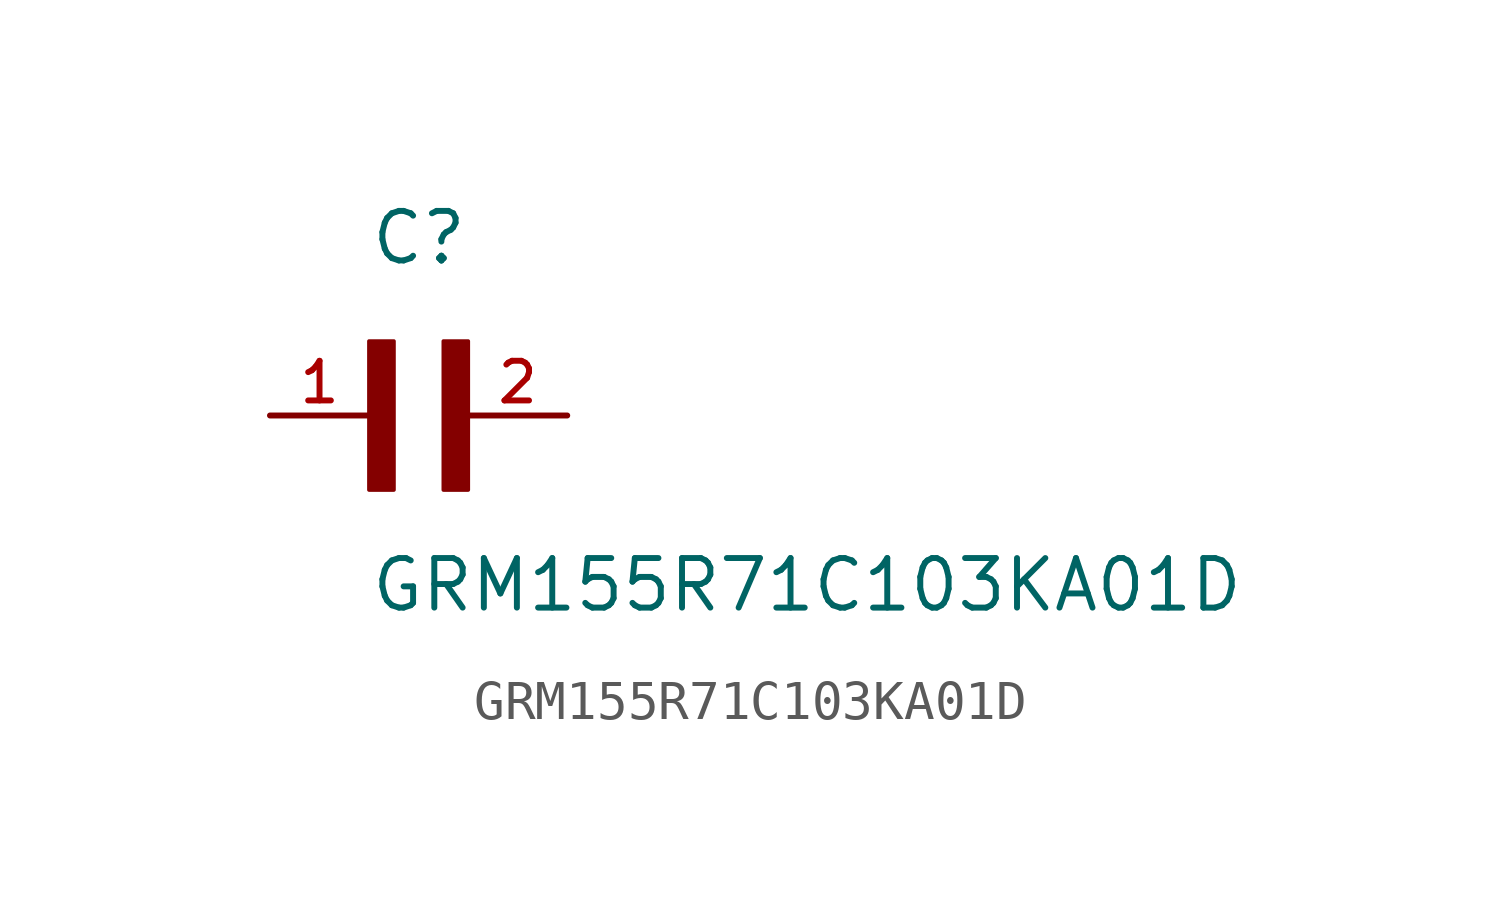
<source format=kicad_sym>
(kicad_symbol_lib
  (version 20211014)
  (generator kicad_symbol_editor)
  (symbol "GRM155R71C103KA01D"
    (pin_names
      (offset 1.016))
    (property "Reference" "C"
      (at 0.0 3.811 0)
      (effects (font (size 1.27 1.27)) (justify bottom left)))
    (property "Value" "GRM155R71C103KA01D"
      (at 0.0 -5.088 0)
      (effects (font (size 1.27 1.27)) (justify bottom left)))
    (symbol "GRM155R71C103KA01D_0_0"
      (rectangle (start 0.0 -1.907) (end 0.635 1.905) (stroke (width 0.1)) (fill (type outline)))
      (rectangle (start 1.907 -1.907) (end 2.54 1.905) (stroke (width 0.1)) (fill (type outline)))
      (pin passive line (at 5.08 0.0 180.0) (length 2.54) (name "~" (effects (font (size 1.016 1.016)))) (number "2" (effects (font (size 1.016 1.016)))))
      (pin passive line (at -2.54 0.0 0) (length 2.54) (name "~" (effects (font (size 1.016 1.016)))) (number "1" (effects (font (size 1.016 1.016))))))))
</source>
